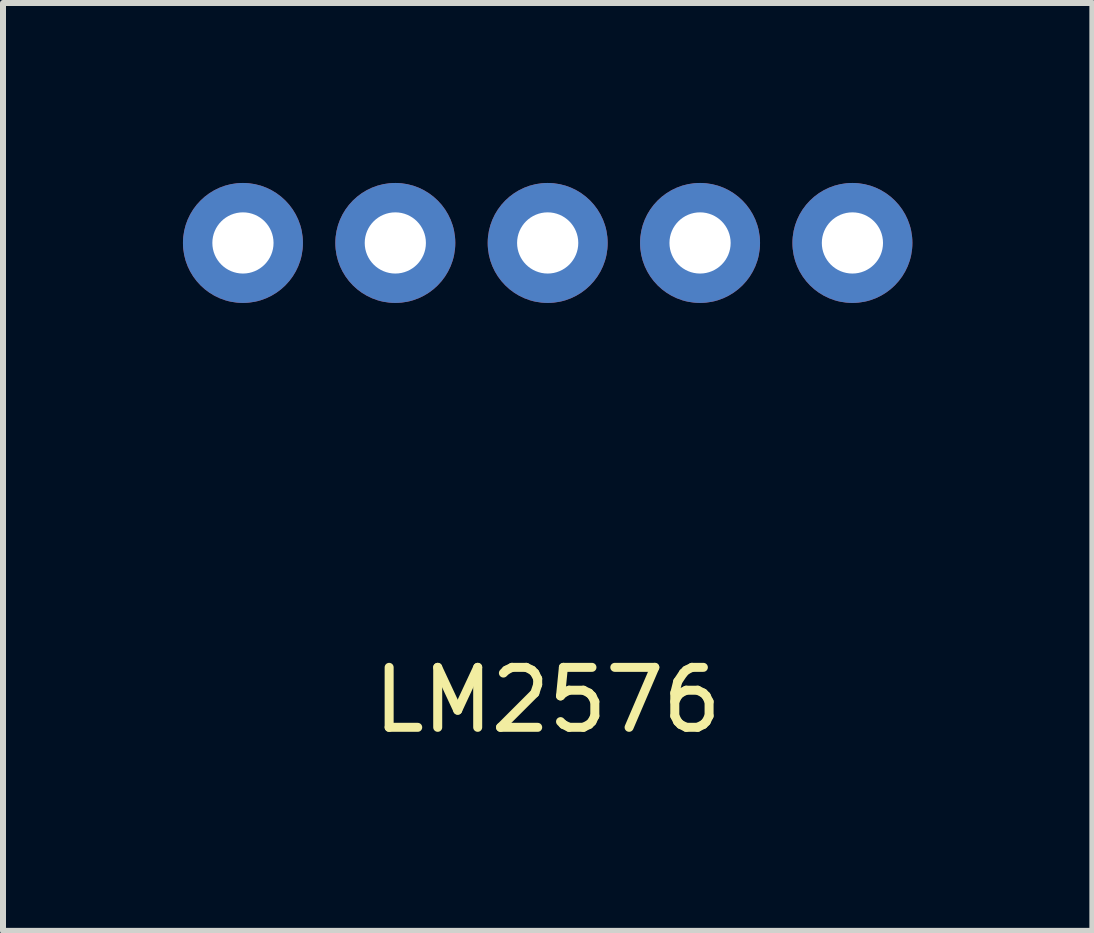
<source format=kicad_pcb>
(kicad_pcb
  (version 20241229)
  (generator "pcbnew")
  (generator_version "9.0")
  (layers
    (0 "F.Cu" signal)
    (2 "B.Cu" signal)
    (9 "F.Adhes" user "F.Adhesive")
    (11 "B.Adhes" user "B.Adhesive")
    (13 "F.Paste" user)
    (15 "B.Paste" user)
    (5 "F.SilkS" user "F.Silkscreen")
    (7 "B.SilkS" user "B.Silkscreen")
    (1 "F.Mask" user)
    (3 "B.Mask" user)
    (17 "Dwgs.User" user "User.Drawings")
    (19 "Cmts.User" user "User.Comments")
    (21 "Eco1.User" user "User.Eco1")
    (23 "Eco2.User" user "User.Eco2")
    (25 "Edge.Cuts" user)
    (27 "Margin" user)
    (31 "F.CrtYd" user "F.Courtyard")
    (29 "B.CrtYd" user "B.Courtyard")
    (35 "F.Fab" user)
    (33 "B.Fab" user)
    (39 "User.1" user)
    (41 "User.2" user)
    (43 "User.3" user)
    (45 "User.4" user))
  (footprint "LM2576"
    (layer "F.Cu")
    (at 6.08 1)
    (property "Reference" "LM2576" (at 0 7.62 0) (layer "F.SilkS") (effects (font (size 1 1) (thickness 0.15))))
    (attr through_hole)
    (pad "1" thru_hole circle (at -5.08 0) (size 2 2) (drill 1.02) (layers "*.Cu" "*.Mask"))
    (pad "2" thru_hole circle (at -2.54 0) (size 2 2) (drill 1.02) (layers "*.Cu" "*.Mask"))
    (pad "3" thru_hole circle (at 0 0) (size 2 2) (drill 1.02) (layers "*.Cu" "*.Mask"))
    (pad "4" thru_hole circle (at 2.54 0) (size 2 2) (drill 1.02) (layers "*.Cu" "*.Mask"))
    (pad "5" thru_hole circle (at 5.08 0) (size 2 2) (drill 1.02) (layers "*.Cu" "*.Mask")))
  (gr_rect
    (start -3 -3)
    (end 15.16 12.468)
    (stroke (width 0.1) (type default))
    (fill no)
    (layer "Edge.Cuts")))
</source>
